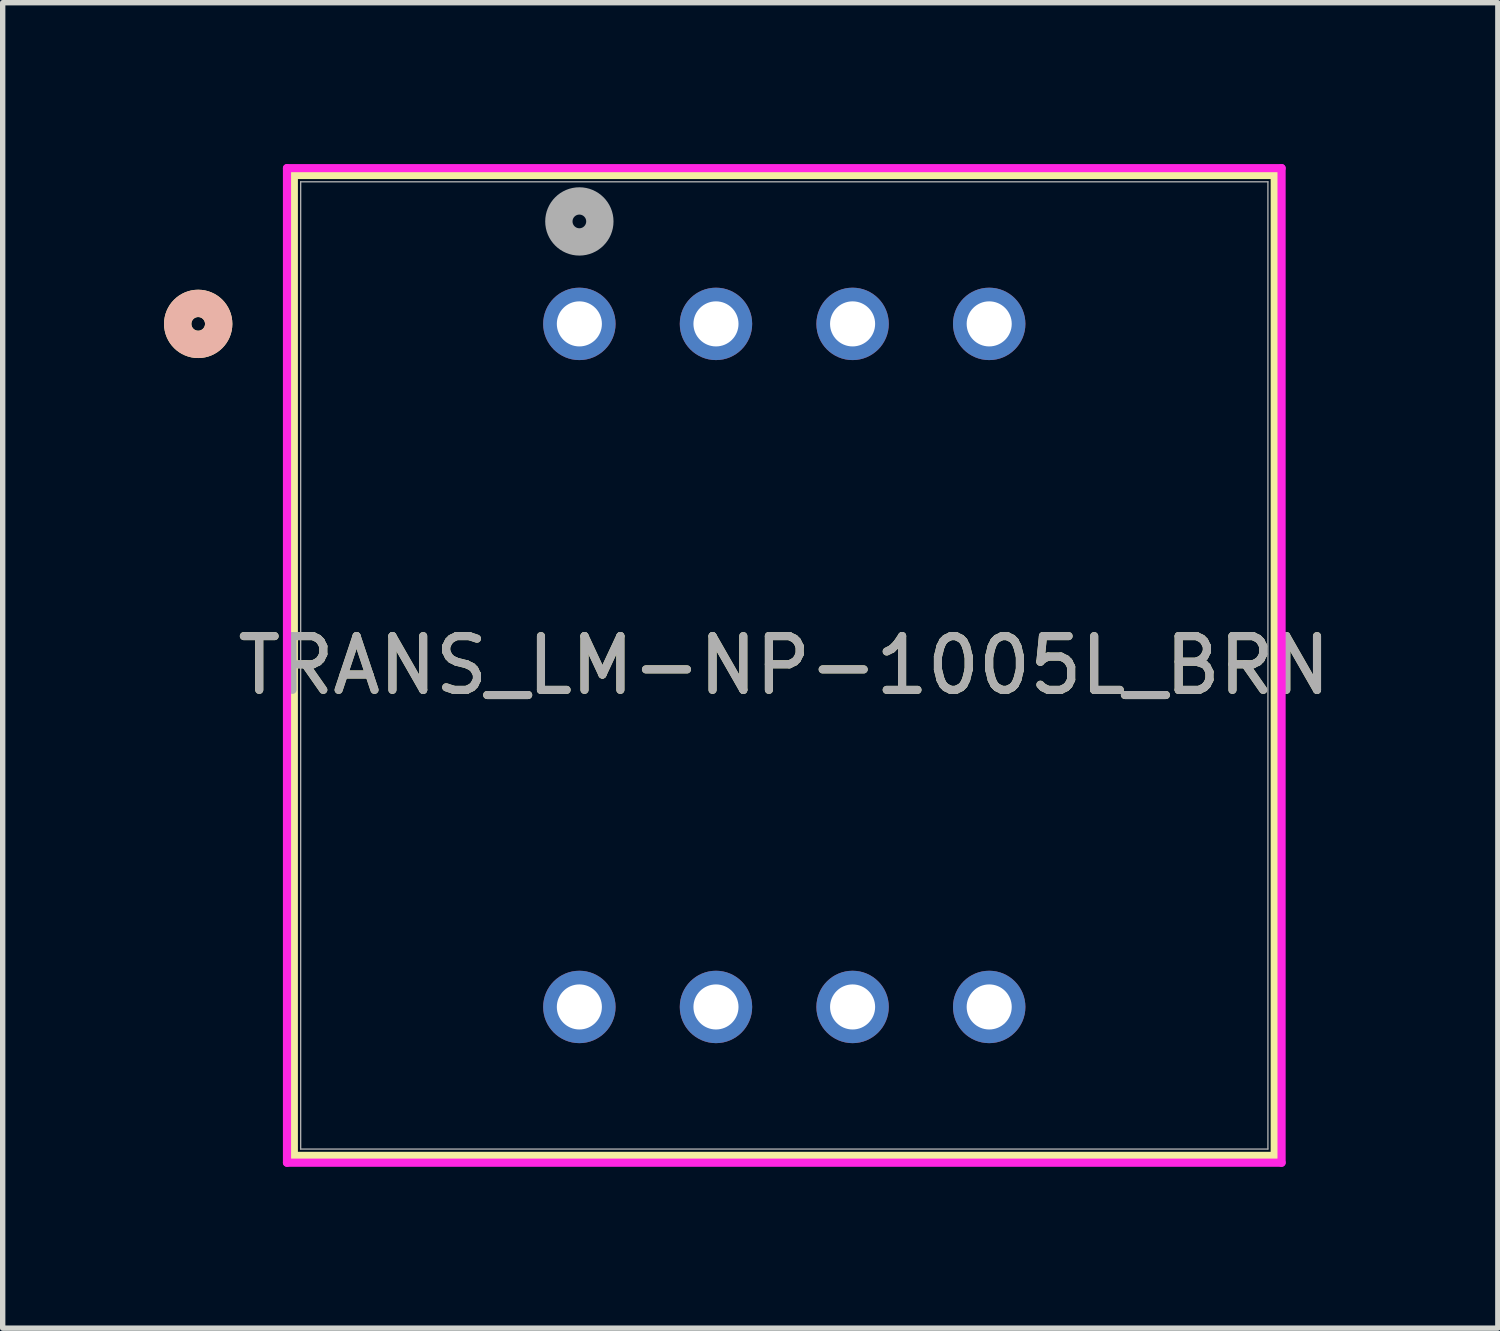
<source format=kicad_pcb>
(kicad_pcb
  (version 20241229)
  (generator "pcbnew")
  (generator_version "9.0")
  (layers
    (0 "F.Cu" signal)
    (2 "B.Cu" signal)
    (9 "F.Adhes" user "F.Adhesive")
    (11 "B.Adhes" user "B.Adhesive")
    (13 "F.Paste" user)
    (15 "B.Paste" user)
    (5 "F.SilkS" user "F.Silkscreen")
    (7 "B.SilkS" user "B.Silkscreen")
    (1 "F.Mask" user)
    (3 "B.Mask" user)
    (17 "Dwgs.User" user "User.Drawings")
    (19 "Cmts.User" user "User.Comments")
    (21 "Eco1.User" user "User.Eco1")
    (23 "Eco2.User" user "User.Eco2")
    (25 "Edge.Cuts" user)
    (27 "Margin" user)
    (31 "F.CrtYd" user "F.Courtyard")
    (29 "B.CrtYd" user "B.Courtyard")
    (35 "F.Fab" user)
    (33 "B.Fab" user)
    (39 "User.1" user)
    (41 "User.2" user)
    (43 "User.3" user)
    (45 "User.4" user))
  (footprint "TRANS_LM-NP-1005L_BRN"
    (layer "F.Cu")
    (at 7.722 2.972)
    (property "Reference" "TRANS_LM-NP-1005L_BRN" (at 3.81 6.35 0) (unlocked yes) (layer "F.SilkS") (effects (font (size 1 1) (thickness 0.15))))
    (attr through_hole)
    (fp_line (start -5.309 -2.769) (end -5.309 15.469) (stroke (width 0.152) (type solid)) (layer "F.SilkS"))
    (fp_line (start -5.309 15.469) (end 12.929 15.469) (stroke (width 0.152) (type solid)) (layer "F.SilkS"))
    (fp_line (start 12.929 -2.769) (end -5.309 -2.769) (stroke (width 0.152) (type solid)) (layer "F.SilkS"))
    (fp_line (start 12.929 15.469) (end 12.929 -2.769) (stroke (width 0.152) (type solid)) (layer "F.SilkS"))
    (fp_circle (center -7.087 0) (end -6.706 0) (stroke (width 0.508) (type solid)) (fill no) (layer "F.SilkS"))
    (fp_circle (center -7.087 0) (end -6.706 0) (stroke (width 0.508) (type solid)) (fill no) (layer "B.SilkS"))
    (fp_line (start -5.436 -2.896) (end -5.436 15.596) (stroke (width 0.152) (type solid)) (layer "F.CrtYd"))
    (fp_line (start -5.436 15.596) (end 13.056 15.596) (stroke (width 0.152) (type solid)) (layer "F.CrtYd"))
    (fp_line (start 13.056 -2.896) (end -5.436 -2.896) (stroke (width 0.152) (type solid)) (layer "F.CrtYd"))
    (fp_line (start 13.056 15.596) (end 13.056 -2.896) (stroke (width 0.152) (type solid)) (layer "F.CrtYd"))
    (fp_line (start -5.182 -2.642) (end -5.182 15.342) (stroke (width 0.025) (type solid)) (layer "F.Fab"))
    (fp_line (start -5.182 15.342) (end 12.802 15.342) (stroke (width 0.025) (type solid)) (layer "F.Fab"))
    (fp_line (start 12.802 -2.642) (end -5.182 -2.642) (stroke (width 0.025) (type solid)) (layer "F.Fab"))
    (fp_line (start 12.802 15.342) (end 12.802 -2.642) (stroke (width 0.025) (type solid)) (layer "F.Fab"))
    (fp_circle (center 0 -1.905) (end 0.381 -1.905) (stroke (width 0.508) (type solid)) (fill no) (layer "F.Fab"))
    (fp_text user "${REFERENCE}" (at 3.81 6.35 0) (unlocked yes) (layer "F.Fab") (effects (font (size 1 1) (thickness 0.15))))
    (pad "1" thru_hole circle (at 0 0) (size 1.346 1.346) (drill 0.838) (layers "*.Cu" "*.Mask"))
    (pad "2" thru_hole circle (at 2.54 0) (size 1.346 1.346) (drill 0.838) (layers "*.Cu" "*.Mask"))
    (pad "3" thru_hole circle (at 5.08 0) (size 1.346 1.346) (drill 0.838) (layers "*.Cu" "*.Mask"))
    (pad "4" thru_hole circle (at 7.62 0) (size 1.346 1.346) (drill 0.838) (layers "*.Cu" "*.Mask"))
    (pad "5" thru_hole circle (at 7.62 12.7) (size 1.346 1.346) (drill 0.838) (layers "*.Cu" "*.Mask"))
    (pad "6" thru_hole circle (at 5.08 12.7) (size 1.346 1.346) (drill 0.838) (layers "*.Cu" "*.Mask"))
    (pad "7" thru_hole circle (at 2.54 12.7) (size 1.346 1.346) (drill 0.838) (layers "*.Cu" "*.Mask"))
    (pad "8" thru_hole circle (at 0 12.7) (size 1.346 1.346) (drill 0.838) (layers "*.Cu" "*.Mask")))
  (gr_rect
    (start -3 -3)
    (end 24.799 21.644)
    (stroke (width 0.1) (type default))
    (fill no)
    (layer "Edge.Cuts")))
</source>
